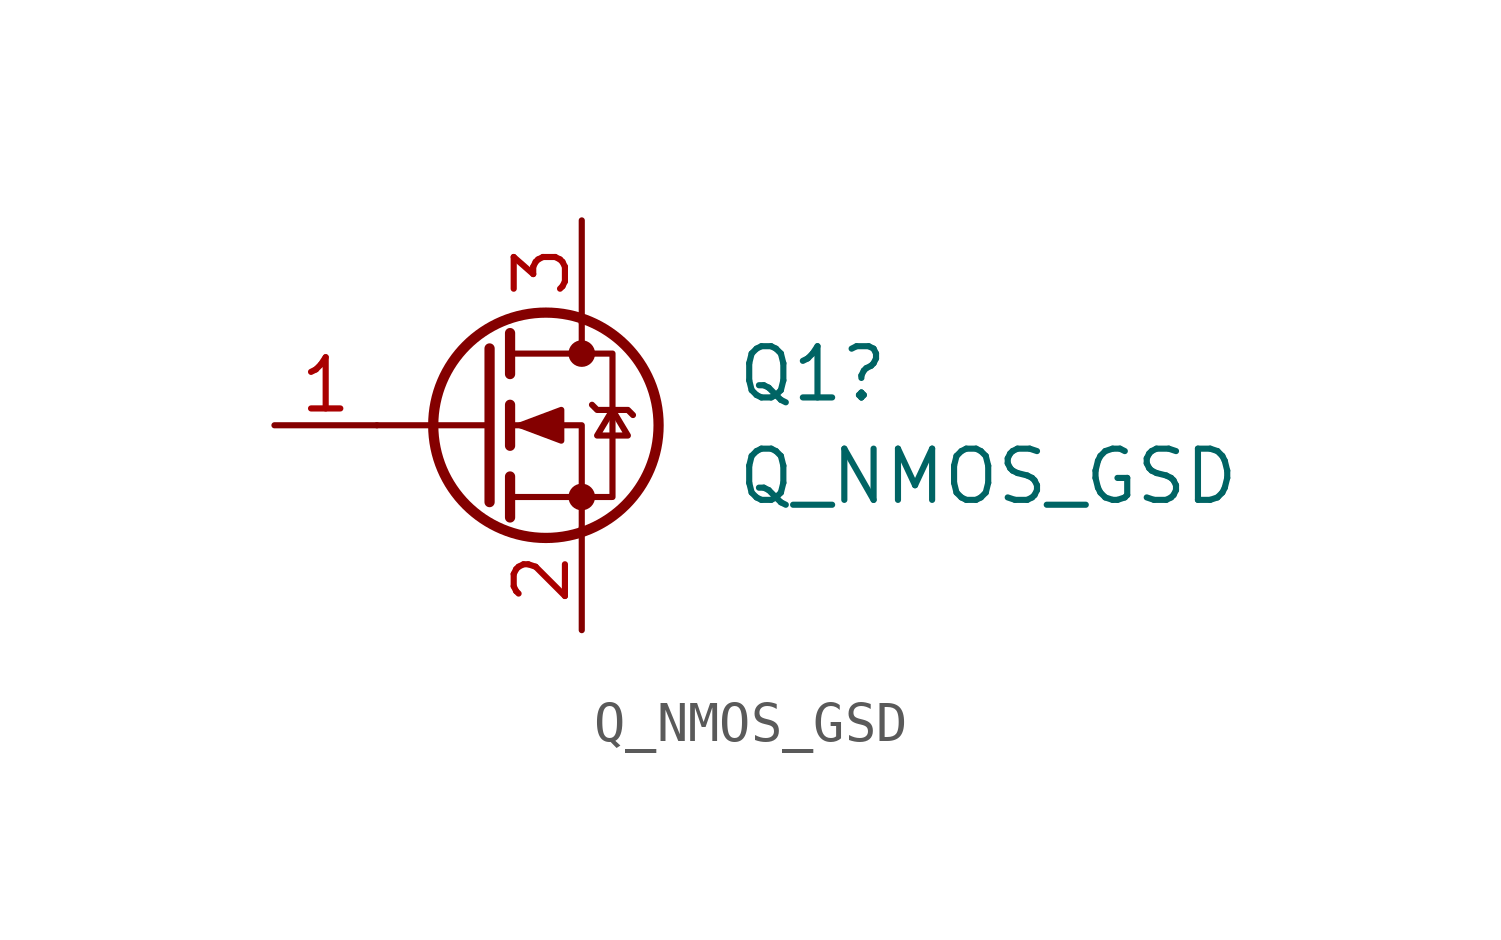
<source format=kicad_sym>
(kicad_symbol_lib
  (version 20211014)
  (generator kicad_symbol_editor)
  (symbol "Q_NMOS_GSD"
    (pin_names
      (offset 0) hide)
    (property "Reference" "Q1"
      (at 6.35 1.27 0)
      (effects (font (size 1.27 1.27)) (justify left)))
    (property "Value" "Q_NMOS_GSD"
      (at 6.35 -1.27 0)
      (effects (font (size 1.27 1.27)) (justify left)))
    (symbol "Q_NMOS_GSD_0_1"
      (polyline (pts (xy 0.254 0) (xy -2.54 0)) (stroke (width 0) (type default) (color 0 0 0 0)) (fill (type none)))
      (polyline (pts (xy 0.254 1.905) (xy 0.254 -1.905)) (stroke (width 0.254) (type default) (color 0 0 0 0)) (fill (type none)))
      (polyline (pts (xy 0.762 -1.27) (xy 0.762 -2.286)) (stroke (width 0.254) (type default) (color 0 0 0 0)) (fill (type none)))
      (polyline (pts (xy 0.762 0.508) (xy 0.762 -0.508)) (stroke (width 0.254) (type default) (color 0 0 0 0)) (fill (type none)))
      (polyline (pts (xy 0.762 2.286) (xy 0.762 1.27)) (stroke (width 0.254) (type default) (color 0 0 0 0)) (fill (type none)))
      (polyline (pts (xy 2.54 2.54) (xy 2.54 1.778)) (stroke (width 0) (type default) (color 0 0 0 0)) (fill (type none)))
      (polyline (pts (xy 2.54 -2.54) (xy 2.54 0) (xy 0.762 0)) (stroke (width 0) (type default) (color 0 0 0 0)) (fill (type none)))
      (polyline (pts (xy 0.762 -1.778) (xy 3.302 -1.778) (xy 3.302 1.778) (xy 0.762 1.778)) (stroke (width 0) (type default) (color 0 0 0 0)) (fill (type none)))
      (polyline (pts (xy 1.016 0) (xy 2.032 0.381) (xy 2.032 -0.381) (xy 1.016 0)) (stroke (width 0) (type default) (color 0 0 0 0)) (fill (type outline)))
      (polyline (pts (xy 2.794 0.508) (xy 2.921 0.381) (xy 3.683 0.381) (xy 3.81 0.254)) (stroke (width 0) (type default) (color 0 0 0 0)) (fill (type none)))
      (polyline (pts (xy 3.302 0.381) (xy 2.921 -0.254) (xy 3.683 -0.254) (xy 3.302 0.381)) (stroke (width 0) (type default) (color 0 0 0 0)) (fill (type none)))
      (circle (center 1.651 0) (radius 2.794) (stroke (width 0.254) (type default) (color 0 0 0 0)) (fill (type none)))
      (circle (center 2.54 -1.778) (radius 0.254) (stroke (width 0) (type default) (color 0 0 0 0)) (fill (type outline)))
      (circle (center 2.54 1.778) (radius 0.254) (stroke (width 0) (type default) (color 0 0 0 0)) (fill (type outline))))
    (symbol "Q_NMOS_GSD_1_1"
      (pin input line (at -5.08 0 0) (length 2.54) (name "G" (effects (font (size 1.27 1.27)))) (number "1" (effects (font (size 1.27 1.27)))))
      (pin passive line (at 2.54 -5.08 90) (length 2.54) (name "S" (effects (font (size 1.27 1.27)))) (number "2" (effects (font (size 1.27 1.27)))))
      (pin passive line (at 2.54 5.08 270) (length 2.54) (name "D" (effects (font (size 1.27 1.27)))) (number "3" (effects (font (size 1.27 1.27))))))))
</source>
